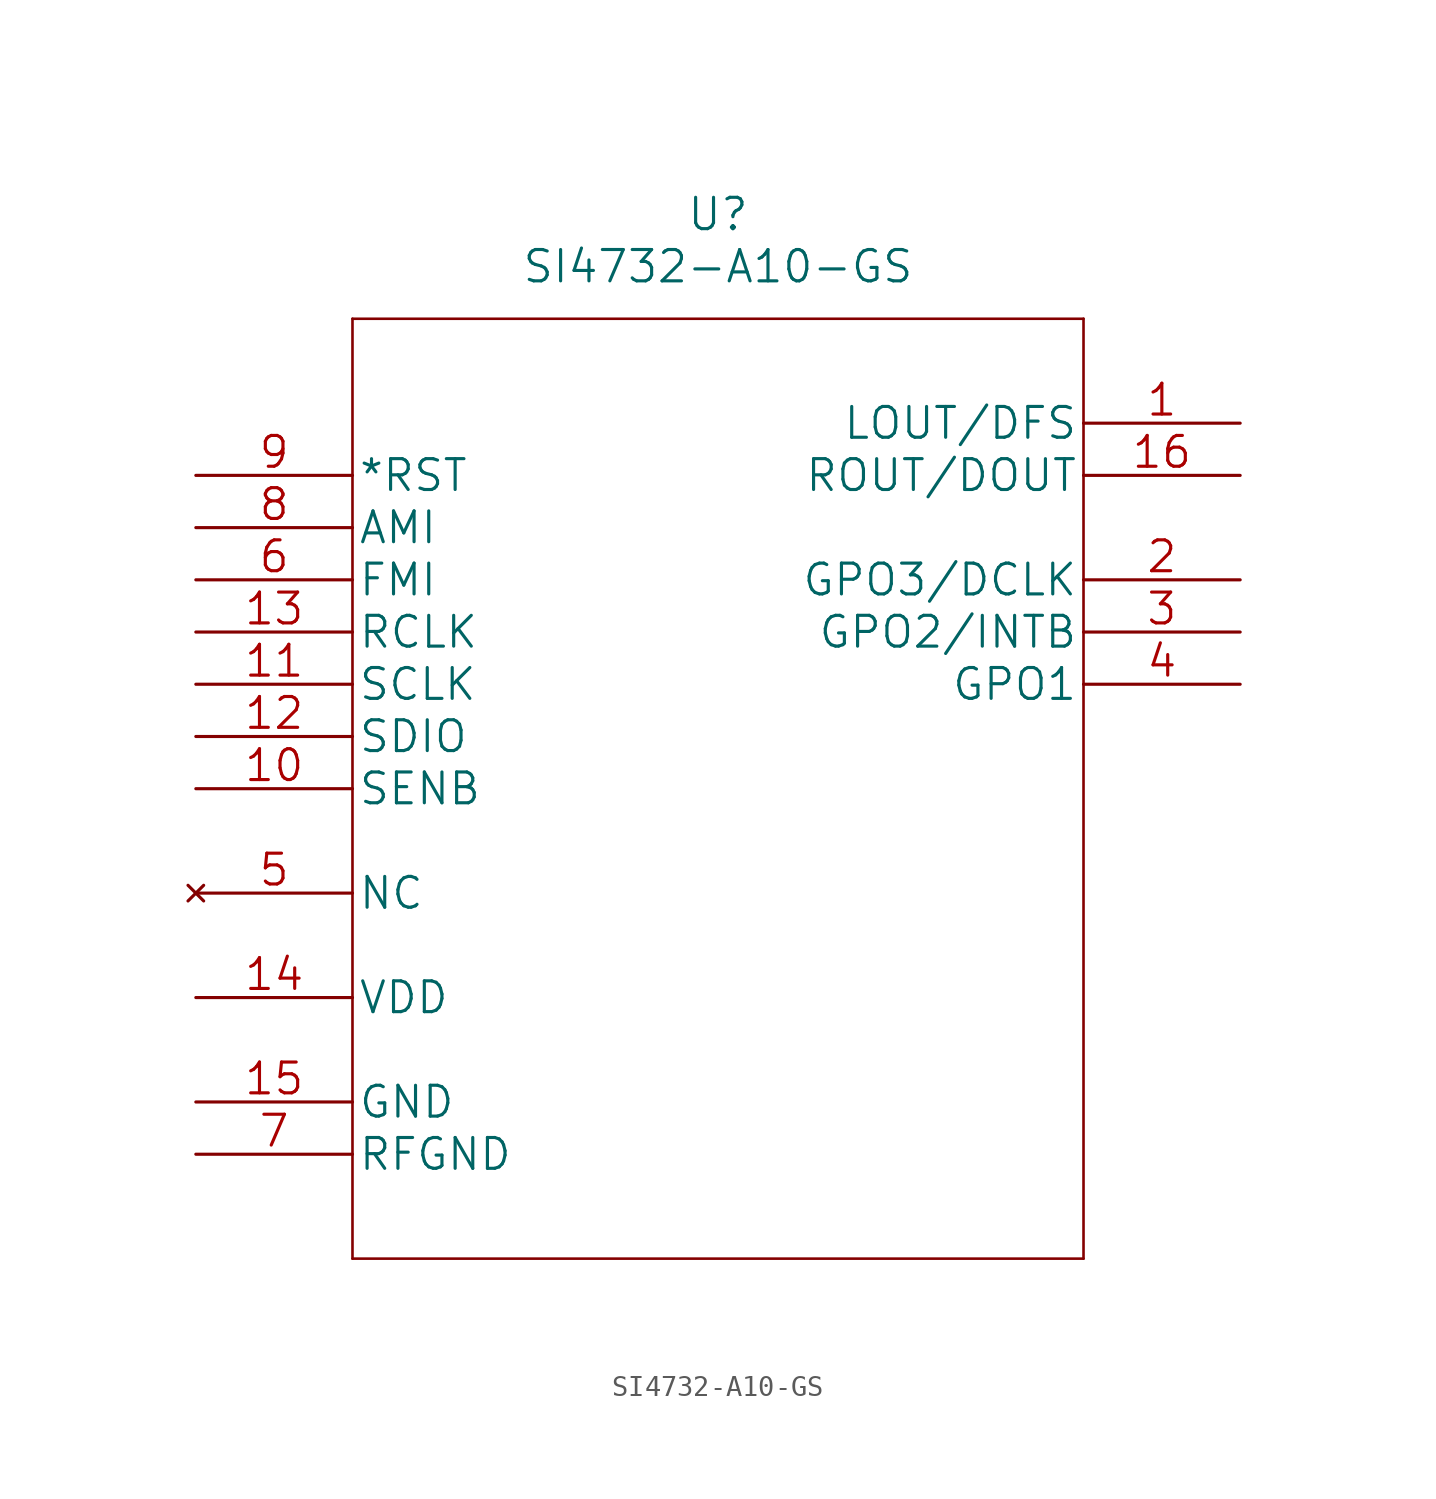
<source format=kicad_sym>
(kicad_symbol_lib
  (version 20220914)
  (generator kicad_symbol_editor)
  (symbol "SI4732-A10-GS"
    (pin_names
      (offset 0.254))
    (property "Reference" "U"
      (at 25.4 12.7 0)
      (effects (font (size 1.524 1.524))))
    (property "Value" "SI4732-A10-GS"
      (at 25.4 10.16 0)
      (effects (font (size 1.524 1.524))))
    (property "Datasheet" ""
      (at 0 0 0)
      (effects (font (size 1.524 1.524))))
    (property "ki_locked" ""
      (at 0 0 0)
      (effects (font (size 1.27 1.27))))
    (symbol "SI4732-A10-GS_1_1"
      (polyline (pts (xy 7.62 -38.1) (xy 43.18 -38.1)) (stroke (width 0.127) (type solid)) (fill (type none)))
      (polyline (pts (xy 7.62 7.62) (xy 7.62 -38.1)) (stroke (width 0.127) (type solid)) (fill (type none)))
      (polyline (pts (xy 43.18 -38.1) (xy 43.18 7.62)) (stroke (width 0.127) (type solid)) (fill (type none)))
      (polyline (pts (xy 43.18 7.62) (xy 7.62 7.62)) (stroke (width 0.127) (type solid)) (fill (type none)))
      (pin unspecified line (at 50.8 2.54 180) (length 7.62) (name "LOUT/DFS" (effects (font (size 1.499 1.499)))) (number "1" (effects (font (size 1.499 1.499)))))
      (pin unspecified line (at 0 -15.24 0) (length 7.62) (name "SENB" (effects (font (size 1.499 1.499)))) (number "10" (effects (font (size 1.499 1.499)))))
      (pin unspecified line (at 0 -10.16 0) (length 7.62) (name "SCLK" (effects (font (size 1.499 1.499)))) (number "11" (effects (font (size 1.499 1.499)))))
      (pin unspecified line (at 0 -12.7 0) (length 7.62) (name "SDIO" (effects (font (size 1.499 1.499)))) (number "12" (effects (font (size 1.499 1.499)))))
      (pin unspecified line (at 0 -7.62 0) (length 7.62) (name "RCLK" (effects (font (size 1.499 1.499)))) (number "13" (effects (font (size 1.499 1.499)))))
      (pin power_in line (at 0 -25.4 0) (length 7.62) (name "VDD" (effects (font (size 1.499 1.499)))) (number "14" (effects (font (size 1.499 1.499)))))
      (pin power_in line (at 0 -30.48 0) (length 7.62) (name "GND" (effects (font (size 1.499 1.499)))) (number "15" (effects (font (size 1.499 1.499)))))
      (pin unspecified line (at 50.8 0 180) (length 7.62) (name "ROUT/DOUT" (effects (font (size 1.499 1.499)))) (number "16" (effects (font (size 1.499 1.499)))))
      (pin unspecified line (at 50.8 -5.08 180) (length 7.62) (name "GPO3/DCLK" (effects (font (size 1.499 1.499)))) (number "2" (effects (font (size 1.499 1.499)))))
      (pin unspecified line (at 50.8 -7.62 180) (length 7.62) (name "GPO2/INTB" (effects (font (size 1.499 1.499)))) (number "3" (effects (font (size 1.499 1.499)))))
      (pin unspecified line (at 50.8 -10.16 180) (length 7.62) (name "GPO1" (effects (font (size 1.499 1.499)))) (number "4" (effects (font (size 1.499 1.499)))))
      (pin no_connect line (at 0 -20.32 0) (length 7.62) (name "NC" (effects (font (size 1.499 1.499)))) (number "5" (effects (font (size 1.499 1.499)))))
      (pin unspecified line (at 0 -5.08 0) (length 7.62) (name "FMI" (effects (font (size 1.499 1.499)))) (number "6" (effects (font (size 1.499 1.499)))))
      (pin power_in line (at 0 -33.02 0) (length 7.62) (name "RFGND" (effects (font (size 1.499 1.499)))) (number "7" (effects (font (size 1.499 1.499)))))
      (pin unspecified line (at 0 -2.54 0) (length 7.62) (name "AMI" (effects (font (size 1.499 1.499)))) (number "8" (effects (font (size 1.499 1.499)))))
      (pin unspecified line (at 0 0 0) (length 7.62) (name "*RST" (effects (font (size 1.499 1.499)))) (number "9" (effects (font (size 1.499 1.499))))))))
</source>
